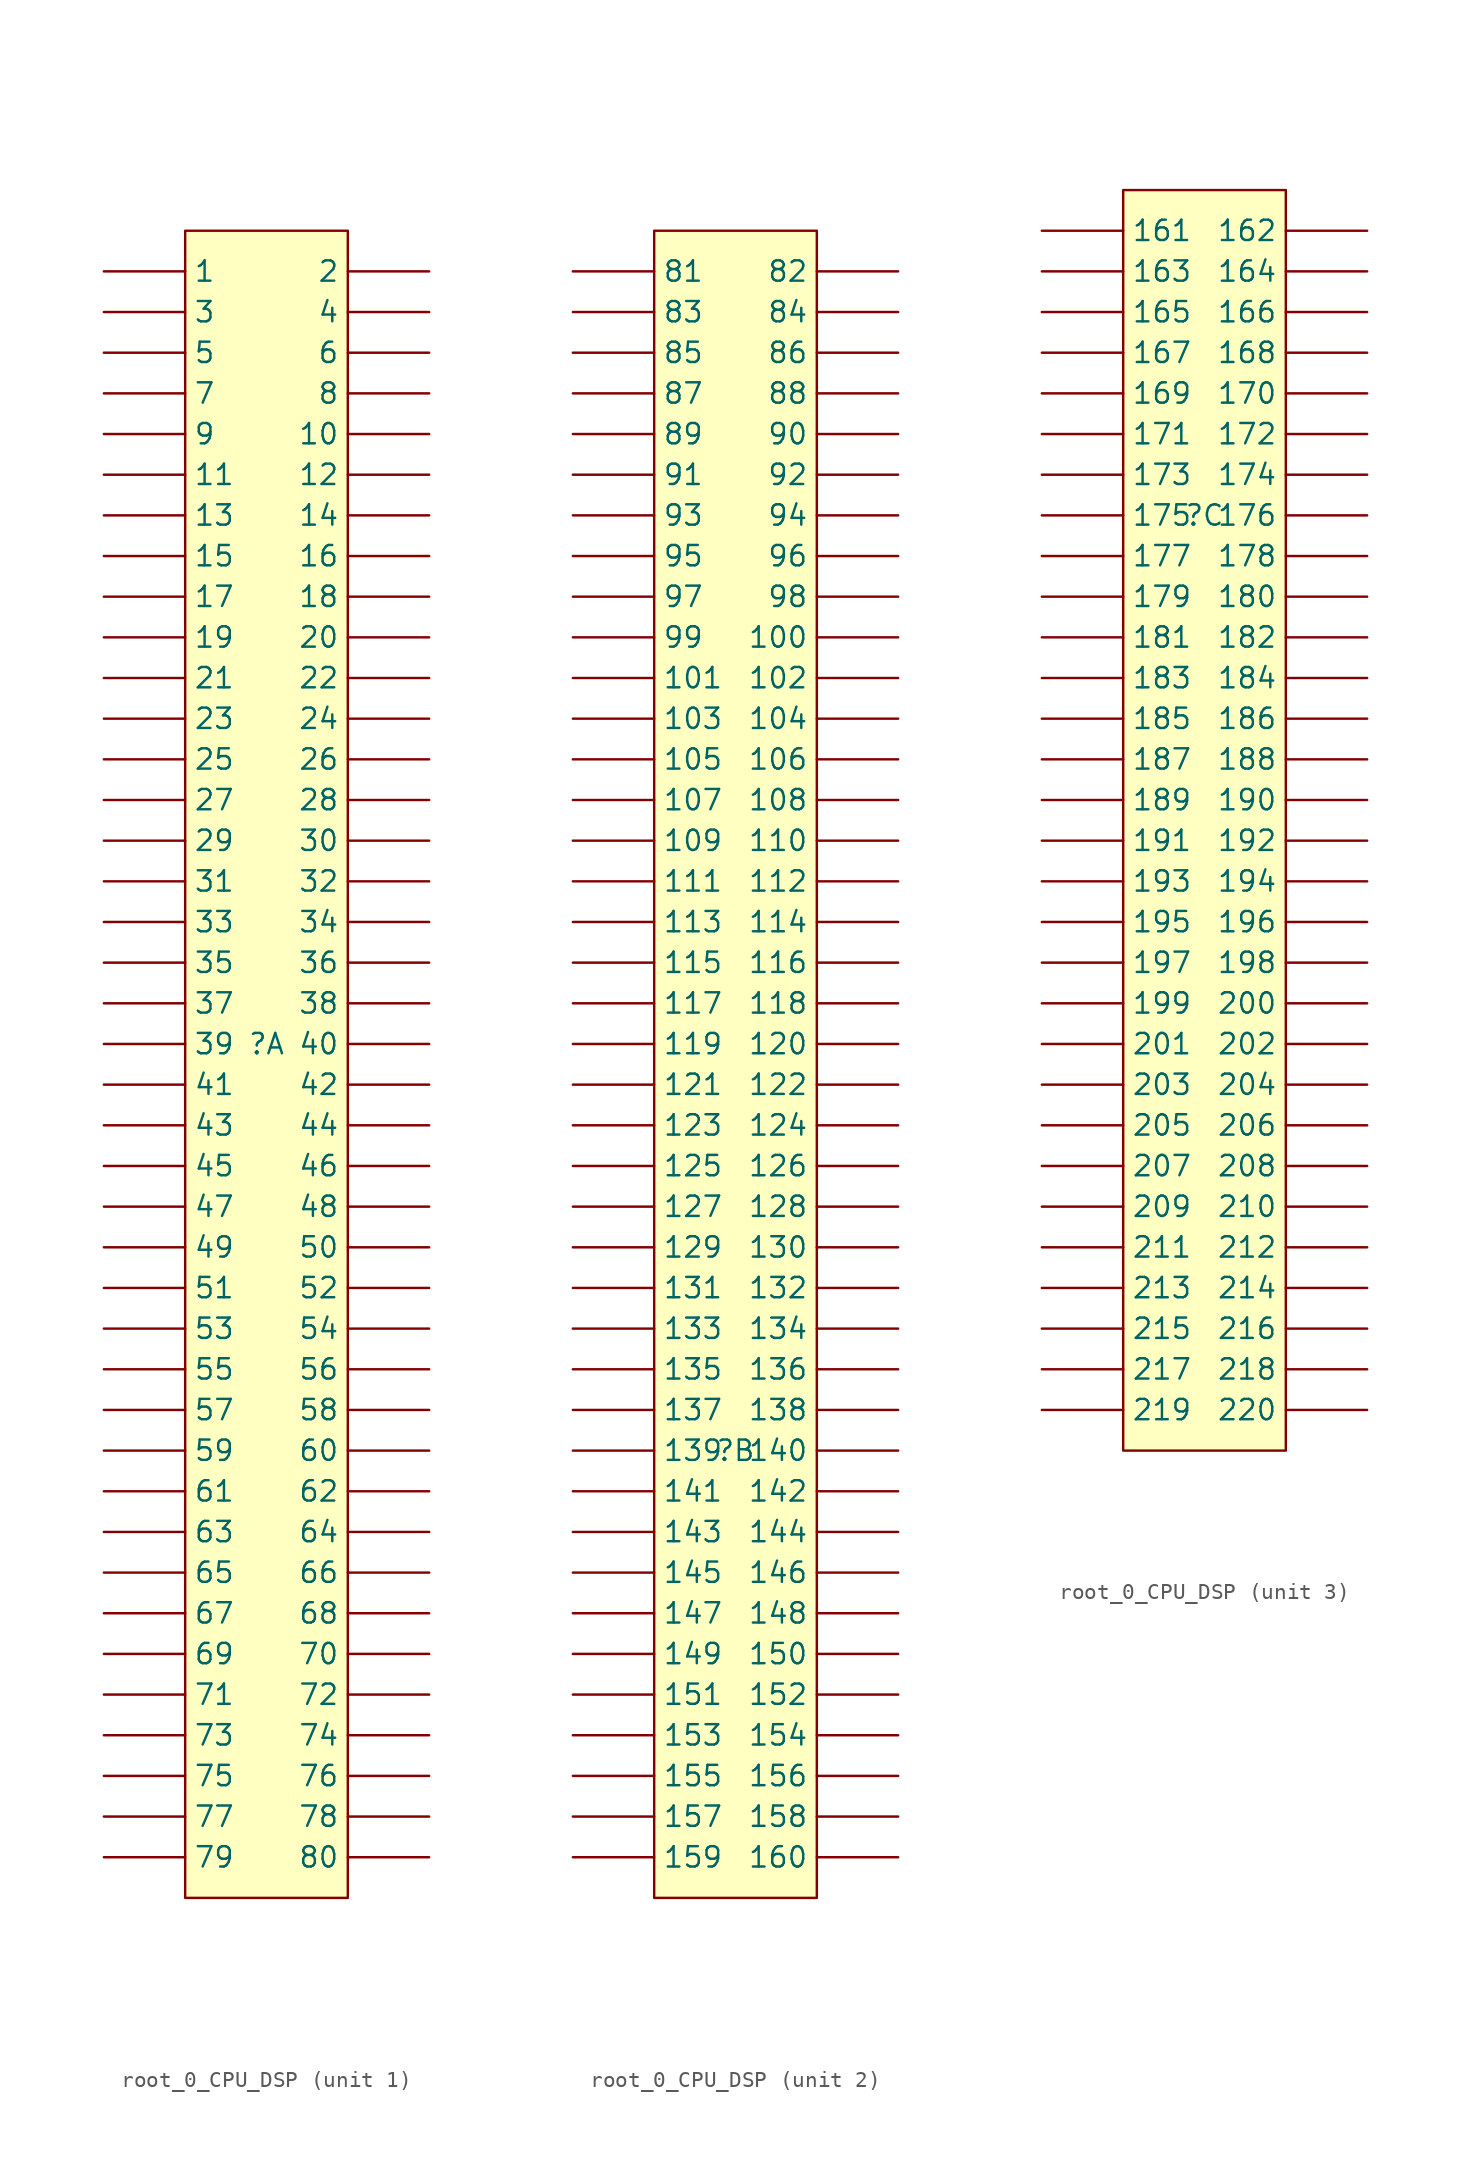
<source format=kicad_sym>
(kicad_symbol_lib
  (version 20220914)
  (generator kicad_symbol_editor)
  (symbol "root_0_CPU_DSP"
    (property "Reference" ""
      (at 0 0 0)
      (effects (font (size 1.27 1.27))))
    (property "Value" ""
      (at 0 0 0)
      (effects (font (size 1.27 1.27))))
    (symbol "root_0_CPU_DSP_1_0"
      (rectangle (start 5.08 50.8) (end -5.08 -53.34) (stroke (width 0) (type solid)) (fill (type background)))
      (pin passive line (at -10.16 48.26 0) (length 5.08) (name "1" (effects (font (size 1.27 1.27)))) (number "1" (effects (font (size 0 0)))))
      (pin passive line (at 10.16 38.1 180) (length 5.08) (name "10" (effects (font (size 1.27 1.27)))) (number "10" (effects (font (size 0 0)))))
      (pin passive line (at -10.16 35.56 0) (length 5.08) (name "11" (effects (font (size 1.27 1.27)))) (number "11" (effects (font (size 0 0)))))
      (pin passive line (at 10.16 35.56 180) (length 5.08) (name "12" (effects (font (size 1.27 1.27)))) (number "12" (effects (font (size 0 0)))))
      (pin passive line (at -10.16 33.02 0) (length 5.08) (name "13" (effects (font (size 1.27 1.27)))) (number "13" (effects (font (size 0 0)))))
      (pin passive line (at 10.16 33.02 180) (length 5.08) (name "14" (effects (font (size 1.27 1.27)))) (number "14" (effects (font (size 0 0)))))
      (pin passive line (at -10.16 30.48 0) (length 5.08) (name "15" (effects (font (size 1.27 1.27)))) (number "15" (effects (font (size 0 0)))))
      (pin passive line (at 10.16 30.48 180) (length 5.08) (name "16" (effects (font (size 1.27 1.27)))) (number "16" (effects (font (size 0 0)))))
      (pin passive line (at -10.16 27.94 0) (length 5.08) (name "17" (effects (font (size 1.27 1.27)))) (number "17" (effects (font (size 0 0)))))
      (pin passive line (at 10.16 27.94 180) (length 5.08) (name "18" (effects (font (size 1.27 1.27)))) (number "18" (effects (font (size 0 0)))))
      (pin passive line (at -10.16 25.4 0) (length 5.08) (name "19" (effects (font (size 1.27 1.27)))) (number "19" (effects (font (size 0 0)))))
      (pin passive line (at 10.16 48.26 180) (length 5.08) (name "2" (effects (font (size 1.27 1.27)))) (number "2" (effects (font (size 0 0)))))
      (pin passive line (at 10.16 25.4 180) (length 5.08) (name "20" (effects (font (size 1.27 1.27)))) (number "20" (effects (font (size 0 0)))))
      (pin passive line (at -10.16 22.86 0) (length 5.08) (name "21" (effects (font (size 1.27 1.27)))) (number "21" (effects (font (size 0 0)))))
      (pin passive line (at 10.16 22.86 180) (length 5.08) (name "22" (effects (font (size 1.27 1.27)))) (number "22" (effects (font (size 0 0)))))
      (pin passive line (at -10.16 20.32 0) (length 5.08) (name "23" (effects (font (size 1.27 1.27)))) (number "23" (effects (font (size 0 0)))))
      (pin passive line (at 10.16 20.32 180) (length 5.08) (name "24" (effects (font (size 1.27 1.27)))) (number "24" (effects (font (size 0 0)))))
      (pin passive line (at -10.16 17.78 0) (length 5.08) (name "25" (effects (font (size 1.27 1.27)))) (number "25" (effects (font (size 0 0)))))
      (pin passive line (at 10.16 17.78 180) (length 5.08) (name "26" (effects (font (size 1.27 1.27)))) (number "26" (effects (font (size 0 0)))))
      (pin passive line (at -10.16 15.24 0) (length 5.08) (name "27" (effects (font (size 1.27 1.27)))) (number "27" (effects (font (size 0 0)))))
      (pin passive line (at 10.16 15.24 180) (length 5.08) (name "28" (effects (font (size 1.27 1.27)))) (number "28" (effects (font (size 0 0)))))
      (pin passive line (at -10.16 12.7 0) (length 5.08) (name "29" (effects (font (size 1.27 1.27)))) (number "29" (effects (font (size 0 0)))))
      (pin passive line (at -10.16 45.72 0) (length 5.08) (name "3" (effects (font (size 1.27 1.27)))) (number "3" (effects (font (size 0 0)))))
      (pin passive line (at 10.16 12.7 180) (length 5.08) (name "30" (effects (font (size 1.27 1.27)))) (number "30" (effects (font (size 0 0)))))
      (pin passive line (at -10.16 10.16 0) (length 5.08) (name "31" (effects (font (size 1.27 1.27)))) (number "31" (effects (font (size 0 0)))))
      (pin passive line (at 10.16 10.16 180) (length 5.08) (name "32" (effects (font (size 1.27 1.27)))) (number "32" (effects (font (size 0 0)))))
      (pin passive line (at -10.16 7.62 0) (length 5.08) (name "33" (effects (font (size 1.27 1.27)))) (number "33" (effects (font (size 0 0)))))
      (pin passive line (at 10.16 7.62 180) (length 5.08) (name "34" (effects (font (size 1.27 1.27)))) (number "34" (effects (font (size 0 0)))))
      (pin passive line (at -10.16 5.08 0) (length 5.08) (name "35" (effects (font (size 1.27 1.27)))) (number "35" (effects (font (size 0 0)))))
      (pin passive line (at 10.16 5.08 180) (length 5.08) (name "36" (effects (font (size 1.27 1.27)))) (number "36" (effects (font (size 0 0)))))
      (pin passive line (at -10.16 2.54 0) (length 5.08) (name "37" (effects (font (size 1.27 1.27)))) (number "37" (effects (font (size 0 0)))))
      (pin passive line (at 10.16 2.54 180) (length 5.08) (name "38" (effects (font (size 1.27 1.27)))) (number "38" (effects (font (size 0 0)))))
      (pin passive line (at -10.16 0 0) (length 5.08) (name "39" (effects (font (size 1.27 1.27)))) (number "39" (effects (font (size 0 0)))))
      (pin passive line (at 10.16 45.72 180) (length 5.08) (name "4" (effects (font (size 1.27 1.27)))) (number "4" (effects (font (size 0 0)))))
      (pin passive line (at 10.16 0 180) (length 5.08) (name "40" (effects (font (size 1.27 1.27)))) (number "40" (effects (font (size 0 0)))))
      (pin passive line (at -10.16 -2.54 0) (length 5.08) (name "41" (effects (font (size 1.27 1.27)))) (number "41" (effects (font (size 0 0)))))
      (pin passive line (at 10.16 -2.54 180) (length 5.08) (name "42" (effects (font (size 1.27 1.27)))) (number "42" (effects (font (size 0 0)))))
      (pin passive line (at -10.16 -5.08 0) (length 5.08) (name "43" (effects (font (size 1.27 1.27)))) (number "43" (effects (font (size 0 0)))))
      (pin passive line (at 10.16 -5.08 180) (length 5.08) (name "44" (effects (font (size 1.27 1.27)))) (number "44" (effects (font (size 0 0)))))
      (pin passive line (at -10.16 -7.62 0) (length 5.08) (name "45" (effects (font (size 1.27 1.27)))) (number "45" (effects (font (size 0 0)))))
      (pin passive line (at 10.16 -7.62 180) (length 5.08) (name "46" (effects (font (size 1.27 1.27)))) (number "46" (effects (font (size 0 0)))))
      (pin passive line (at -10.16 -10.16 0) (length 5.08) (name "47" (effects (font (size 1.27 1.27)))) (number "47" (effects (font (size 0 0)))))
      (pin passive line (at 10.16 -10.16 180) (length 5.08) (name "48" (effects (font (size 1.27 1.27)))) (number "48" (effects (font (size 0 0)))))
      (pin passive line (at -10.16 -12.7 0) (length 5.08) (name "49" (effects (font (size 1.27 1.27)))) (number "49" (effects (font (size 0 0)))))
      (pin passive line (at -10.16 43.18 0) (length 5.08) (name "5" (effects (font (size 1.27 1.27)))) (number "5" (effects (font (size 0 0)))))
      (pin passive line (at 10.16 -12.7 180) (length 5.08) (name "50" (effects (font (size 1.27 1.27)))) (number "50" (effects (font (size 0 0)))))
      (pin passive line (at -10.16 -15.24 0) (length 5.08) (name "51" (effects (font (size 1.27 1.27)))) (number "51" (effects (font (size 0 0)))))
      (pin passive line (at 10.16 -15.24 180) (length 5.08) (name "52" (effects (font (size 1.27 1.27)))) (number "52" (effects (font (size 0 0)))))
      (pin passive line (at -10.16 -17.78 0) (length 5.08) (name "53" (effects (font (size 1.27 1.27)))) (number "53" (effects (font (size 0 0)))))
      (pin passive line (at 10.16 -17.78 180) (length 5.08) (name "54" (effects (font (size 1.27 1.27)))) (number "54" (effects (font (size 0 0)))))
      (pin passive line (at -10.16 -20.32 0) (length 5.08) (name "55" (effects (font (size 1.27 1.27)))) (number "55" (effects (font (size 0 0)))))
      (pin passive line (at 10.16 -20.32 180) (length 5.08) (name "56" (effects (font (size 1.27 1.27)))) (number "56" (effects (font (size 0 0)))))
      (pin passive line (at -10.16 -22.86 0) (length 5.08) (name "57" (effects (font (size 1.27 1.27)))) (number "57" (effects (font (size 0 0)))))
      (pin passive line (at 10.16 -22.86 180) (length 5.08) (name "58" (effects (font (size 1.27 1.27)))) (number "58" (effects (font (size 0 0)))))
      (pin passive line (at -10.16 -25.4 0) (length 5.08) (name "59" (effects (font (size 1.27 1.27)))) (number "59" (effects (font (size 0 0)))))
      (pin passive line (at 10.16 43.18 180) (length 5.08) (name "6" (effects (font (size 1.27 1.27)))) (number "6" (effects (font (size 0 0)))))
      (pin passive line (at 10.16 -25.4 180) (length 5.08) (name "60" (effects (font (size 1.27 1.27)))) (number "60" (effects (font (size 0 0)))))
      (pin passive line (at -10.16 -27.94 0) (length 5.08) (name "61" (effects (font (size 1.27 1.27)))) (number "61" (effects (font (size 0 0)))))
      (pin passive line (at 10.16 -27.94 180) (length 5.08) (name "62" (effects (font (size 1.27 1.27)))) (number "62" (effects (font (size 0 0)))))
      (pin passive line (at -10.16 -30.48 0) (length 5.08) (name "63" (effects (font (size 1.27 1.27)))) (number "63" (effects (font (size 0 0)))))
      (pin passive line (at 10.16 -30.48 180) (length 5.08) (name "64" (effects (font (size 1.27 1.27)))) (number "64" (effects (font (size 0 0)))))
      (pin passive line (at -10.16 -33.02 0) (length 5.08) (name "65" (effects (font (size 1.27 1.27)))) (number "65" (effects (font (size 0 0)))))
      (pin passive line (at 10.16 -33.02 180) (length 5.08) (name "66" (effects (font (size 1.27 1.27)))) (number "66" (effects (font (size 0 0)))))
      (pin passive line (at -10.16 -35.56 0) (length 5.08) (name "67" (effects (font (size 1.27 1.27)))) (number "67" (effects (font (size 0 0)))))
      (pin passive line (at 10.16 -35.56 180) (length 5.08) (name "68" (effects (font (size 1.27 1.27)))) (number "68" (effects (font (size 0 0)))))
      (pin passive line (at -10.16 -38.1 0) (length 5.08) (name "69" (effects (font (size 1.27 1.27)))) (number "69" (effects (font (size 0 0)))))
      (pin passive line (at -10.16 40.64 0) (length 5.08) (name "7" (effects (font (size 1.27 1.27)))) (number "7" (effects (font (size 0 0)))))
      (pin passive line (at 10.16 -38.1 180) (length 5.08) (name "70" (effects (font (size 1.27 1.27)))) (number "70" (effects (font (size 0 0)))))
      (pin passive line (at -10.16 -40.64 0) (length 5.08) (name "71" (effects (font (size 1.27 1.27)))) (number "71" (effects (font (size 0 0)))))
      (pin passive line (at 10.16 -40.64 180) (length 5.08) (name "72" (effects (font (size 1.27 1.27)))) (number "72" (effects (font (size 0 0)))))
      (pin passive line (at -10.16 -43.18 0) (length 5.08) (name "73" (effects (font (size 1.27 1.27)))) (number "73" (effects (font (size 0 0)))))
      (pin passive line (at 10.16 -43.18 180) (length 5.08) (name "74" (effects (font (size 1.27 1.27)))) (number "74" (effects (font (size 0 0)))))
      (pin passive line (at -10.16 -45.72 0) (length 5.08) (name "75" (effects (font (size 1.27 1.27)))) (number "75" (effects (font (size 0 0)))))
      (pin passive line (at 10.16 -45.72 180) (length 5.08) (name "76" (effects (font (size 1.27 1.27)))) (number "76" (effects (font (size 0 0)))))
      (pin passive line (at -10.16 -48.26 0) (length 5.08) (name "77" (effects (font (size 1.27 1.27)))) (number "77" (effects (font (size 0 0)))))
      (pin passive line (at 10.16 -48.26 180) (length 5.08) (name "78" (effects (font (size 1.27 1.27)))) (number "78" (effects (font (size 0 0)))))
      (pin passive line (at -10.16 -50.8 0) (length 5.08) (name "79" (effects (font (size 1.27 1.27)))) (number "79" (effects (font (size 0 0)))))
      (pin passive line (at 10.16 40.64 180) (length 5.08) (name "8" (effects (font (size 1.27 1.27)))) (number "8" (effects (font (size 0 0)))))
      (pin passive line (at 10.16 -50.8 180) (length 5.08) (name "80" (effects (font (size 1.27 1.27)))) (number "80" (effects (font (size 0 0)))))
      (pin passive line (at -10.16 38.1 0) (length 5.08) (name "9" (effects (font (size 1.27 1.27)))) (number "9" (effects (font (size 0 0))))))
    (symbol "root_0_CPU_DSP_2_0"
      (rectangle (start 5.08 76.2) (end -5.08 -27.94) (stroke (width 0) (type solid)) (fill (type background)))
      (pin passive line (at 10.16 50.8 180) (length 5.08) (name "100" (effects (font (size 1.27 1.27)))) (number "100" (effects (font (size 0 0)))))
      (pin passive line (at -10.16 48.26 0) (length 5.08) (name "101" (effects (font (size 1.27 1.27)))) (number "101" (effects (font (size 0 0)))))
      (pin passive line (at 10.16 48.26 180) (length 5.08) (name "102" (effects (font (size 1.27 1.27)))) (number "102" (effects (font (size 0 0)))))
      (pin passive line (at -10.16 45.72 0) (length 5.08) (name "103" (effects (font (size 1.27 1.27)))) (number "103" (effects (font (size 0 0)))))
      (pin passive line (at 10.16 45.72 180) (length 5.08) (name "104" (effects (font (size 1.27 1.27)))) (number "104" (effects (font (size 0 0)))))
      (pin passive line (at -10.16 43.18 0) (length 5.08) (name "105" (effects (font (size 1.27 1.27)))) (number "105" (effects (font (size 0 0)))))
      (pin passive line (at 10.16 43.18 180) (length 5.08) (name "106" (effects (font (size 1.27 1.27)))) (number "106" (effects (font (size 0 0)))))
      (pin passive line (at -10.16 40.64 0) (length 5.08) (name "107" (effects (font (size 1.27 1.27)))) (number "107" (effects (font (size 0 0)))))
      (pin passive line (at 10.16 40.64 180) (length 5.08) (name "108" (effects (font (size 1.27 1.27)))) (number "108" (effects (font (size 0 0)))))
      (pin passive line (at -10.16 38.1 0) (length 5.08) (name "109" (effects (font (size 1.27 1.27)))) (number "109" (effects (font (size 0 0)))))
      (pin passive line (at 10.16 38.1 180) (length 5.08) (name "110" (effects (font (size 1.27 1.27)))) (number "110" (effects (font (size 0 0)))))
      (pin passive line (at -10.16 35.56 0) (length 5.08) (name "111" (effects (font (size 1.27 1.27)))) (number "111" (effects (font (size 0 0)))))
      (pin passive line (at 10.16 35.56 180) (length 5.08) (name "112" (effects (font (size 1.27 1.27)))) (number "112" (effects (font (size 0 0)))))
      (pin passive line (at -10.16 33.02 0) (length 5.08) (name "113" (effects (font (size 1.27 1.27)))) (number "113" (effects (font (size 0 0)))))
      (pin passive line (at 10.16 33.02 180) (length 5.08) (name "114" (effects (font (size 1.27 1.27)))) (number "114" (effects (font (size 0 0)))))
      (pin passive line (at -10.16 30.48 0) (length 5.08) (name "115" (effects (font (size 1.27 1.27)))) (number "115" (effects (font (size 0 0)))))
      (pin passive line (at 10.16 30.48 180) (length 5.08) (name "116" (effects (font (size 1.27 1.27)))) (number "116" (effects (font (size 0 0)))))
      (pin passive line (at -10.16 27.94 0) (length 5.08) (name "117" (effects (font (size 1.27 1.27)))) (number "117" (effects (font (size 0 0)))))
      (pin passive line (at 10.16 27.94 180) (length 5.08) (name "118" (effects (font (size 1.27 1.27)))) (number "118" (effects (font (size 0 0)))))
      (pin passive line (at -10.16 25.4 0) (length 5.08) (name "119" (effects (font (size 1.27 1.27)))) (number "119" (effects (font (size 0 0)))))
      (pin passive line (at 10.16 25.4 180) (length 5.08) (name "120" (effects (font (size 1.27 1.27)))) (number "120" (effects (font (size 0 0)))))
      (pin passive line (at -10.16 22.86 0) (length 5.08) (name "121" (effects (font (size 1.27 1.27)))) (number "121" (effects (font (size 0 0)))))
      (pin passive line (at 10.16 22.86 180) (length 5.08) (name "122" (effects (font (size 1.27 1.27)))) (number "122" (effects (font (size 0 0)))))
      (pin passive line (at -10.16 20.32 0) (length 5.08) (name "123" (effects (font (size 1.27 1.27)))) (number "123" (effects (font (size 0 0)))))
      (pin passive line (at 10.16 20.32 180) (length 5.08) (name "124" (effects (font (size 1.27 1.27)))) (number "124" (effects (font (size 0 0)))))
      (pin passive line (at -10.16 17.78 0) (length 5.08) (name "125" (effects (font (size 1.27 1.27)))) (number "125" (effects (font (size 0 0)))))
      (pin passive line (at 10.16 17.78 180) (length 5.08) (name "126" (effects (font (size 1.27 1.27)))) (number "126" (effects (font (size 0 0)))))
      (pin passive line (at -10.16 15.24 0) (length 5.08) (name "127" (effects (font (size 1.27 1.27)))) (number "127" (effects (font (size 0 0)))))
      (pin passive line (at 10.16 15.24 180) (length 5.08) (name "128" (effects (font (size 1.27 1.27)))) (number "128" (effects (font (size 0 0)))))
      (pin passive line (at -10.16 12.7 0) (length 5.08) (name "129" (effects (font (size 1.27 1.27)))) (number "129" (effects (font (size 0 0)))))
      (pin passive line (at 10.16 12.7 180) (length 5.08) (name "130" (effects (font (size 1.27 1.27)))) (number "130" (effects (font (size 0 0)))))
      (pin passive line (at -10.16 10.16 0) (length 5.08) (name "131" (effects (font (size 1.27 1.27)))) (number "131" (effects (font (size 0 0)))))
      (pin passive line (at 10.16 10.16 180) (length 5.08) (name "132" (effects (font (size 1.27 1.27)))) (number "132" (effects (font (size 0 0)))))
      (pin passive line (at -10.16 7.62 0) (length 5.08) (name "133" (effects (font (size 1.27 1.27)))) (number "133" (effects (font (size 0 0)))))
      (pin passive line (at 10.16 7.62 180) (length 5.08) (name "134" (effects (font (size 1.27 1.27)))) (number "134" (effects (font (size 0 0)))))
      (pin passive line (at -10.16 5.08 0) (length 5.08) (name "135" (effects (font (size 1.27 1.27)))) (number "135" (effects (font (size 0 0)))))
      (pin passive line (at 10.16 5.08 180) (length 5.08) (name "136" (effects (font (size 1.27 1.27)))) (number "136" (effects (font (size 0 0)))))
      (pin passive line (at -10.16 2.54 0) (length 5.08) (name "137" (effects (font (size 1.27 1.27)))) (number "137" (effects (font (size 0 0)))))
      (pin passive line (at 10.16 2.54 180) (length 5.08) (name "138" (effects (font (size 1.27 1.27)))) (number "138" (effects (font (size 0 0)))))
      (pin passive line (at -10.16 0 0) (length 5.08) (name "139" (effects (font (size 1.27 1.27)))) (number "139" (effects (font (size 0 0)))))
      (pin passive line (at 10.16 0 180) (length 5.08) (name "140" (effects (font (size 1.27 1.27)))) (number "140" (effects (font (size 0 0)))))
      (pin passive line (at -10.16 -2.54 0) (length 5.08) (name "141" (effects (font (size 1.27 1.27)))) (number "141" (effects (font (size 0 0)))))
      (pin passive line (at 10.16 -2.54 180) (length 5.08) (name "142" (effects (font (size 1.27 1.27)))) (number "142" (effects (font (size 0 0)))))
      (pin passive line (at -10.16 -5.08 0) (length 5.08) (name "143" (effects (font (size 1.27 1.27)))) (number "143" (effects (font (size 0 0)))))
      (pin passive line (at 10.16 -5.08 180) (length 5.08) (name "144" (effects (font (size 1.27 1.27)))) (number "144" (effects (font (size 0 0)))))
      (pin passive line (at -10.16 -7.62 0) (length 5.08) (name "145" (effects (font (size 1.27 1.27)))) (number "145" (effects (font (size 0 0)))))
      (pin passive line (at 10.16 -7.62 180) (length 5.08) (name "146" (effects (font (size 1.27 1.27)))) (number "146" (effects (font (size 0 0)))))
      (pin passive line (at -10.16 -10.16 0) (length 5.08) (name "147" (effects (font (size 1.27 1.27)))) (number "147" (effects (font (size 0 0)))))
      (pin passive line (at 10.16 -10.16 180) (length 5.08) (name "148" (effects (font (size 1.27 1.27)))) (number "148" (effects (font (size 0 0)))))
      (pin passive line (at -10.16 -12.7 0) (length 5.08) (name "149" (effects (font (size 1.27 1.27)))) (number "149" (effects (font (size 0 0)))))
      (pin passive line (at 10.16 -12.7 180) (length 5.08) (name "150" (effects (font (size 1.27 1.27)))) (number "150" (effects (font (size 0 0)))))
      (pin passive line (at -10.16 -15.24 0) (length 5.08) (name "151" (effects (font (size 1.27 1.27)))) (number "151" (effects (font (size 0 0)))))
      (pin passive line (at 10.16 -15.24 180) (length 5.08) (name "152" (effects (font (size 1.27 1.27)))) (number "152" (effects (font (size 0 0)))))
      (pin passive line (at -10.16 -17.78 0) (length 5.08) (name "153" (effects (font (size 1.27 1.27)))) (number "153" (effects (font (size 0 0)))))
      (pin passive line (at 10.16 -17.78 180) (length 5.08) (name "154" (effects (font (size 1.27 1.27)))) (number "154" (effects (font (size 0 0)))))
      (pin passive line (at -10.16 -20.32 0) (length 5.08) (name "155" (effects (font (size 1.27 1.27)))) (number "155" (effects (font (size 0 0)))))
      (pin passive line (at 10.16 -20.32 180) (length 5.08) (name "156" (effects (font (size 1.27 1.27)))) (number "156" (effects (font (size 0 0)))))
      (pin passive line (at -10.16 -22.86 0) (length 5.08) (name "157" (effects (font (size 1.27 1.27)))) (number "157" (effects (font (size 0 0)))))
      (pin passive line (at 10.16 -22.86 180) (length 5.08) (name "158" (effects (font (size 1.27 1.27)))) (number "158" (effects (font (size 0 0)))))
      (pin passive line (at -10.16 -25.4 0) (length 5.08) (name "159" (effects (font (size 1.27 1.27)))) (number "159" (effects (font (size 0 0)))))
      (pin passive line (at 10.16 -25.4 180) (length 5.08) (name "160" (effects (font (size 1.27 1.27)))) (number "160" (effects (font (size 0 0)))))
      (pin passive line (at -10.16 73.66 0) (length 5.08) (name "81" (effects (font (size 1.27 1.27)))) (number "81" (effects (font (size 0 0)))))
      (pin passive line (at 10.16 73.66 180) (length 5.08) (name "82" (effects (font (size 1.27 1.27)))) (number "82" (effects (font (size 0 0)))))
      (pin passive line (at -10.16 71.12 0) (length 5.08) (name "83" (effects (font (size 1.27 1.27)))) (number "83" (effects (font (size 0 0)))))
      (pin passive line (at 10.16 71.12 180) (length 5.08) (name "84" (effects (font (size 1.27 1.27)))) (number "84" (effects (font (size 0 0)))))
      (pin passive line (at -10.16 68.58 0) (length 5.08) (name "85" (effects (font (size 1.27 1.27)))) (number "85" (effects (font (size 0 0)))))
      (pin passive line (at 10.16 68.58 180) (length 5.08) (name "86" (effects (font (size 1.27 1.27)))) (number "86" (effects (font (size 0 0)))))
      (pin passive line (at -10.16 66.04 0) (length 5.08) (name "87" (effects (font (size 1.27 1.27)))) (number "87" (effects (font (size 0 0)))))
      (pin passive line (at 10.16 66.04 180) (length 5.08) (name "88" (effects (font (size 1.27 1.27)))) (number "88" (effects (font (size 0 0)))))
      (pin passive line (at -10.16 63.5 0) (length 5.08) (name "89" (effects (font (size 1.27 1.27)))) (number "89" (effects (font (size 0 0)))))
      (pin passive line (at 10.16 63.5 180) (length 5.08) (name "90" (effects (font (size 1.27 1.27)))) (number "90" (effects (font (size 0 0)))))
      (pin passive line (at -10.16 60.96 0) (length 5.08) (name "91" (effects (font (size 1.27 1.27)))) (number "91" (effects (font (size 0 0)))))
      (pin passive line (at 10.16 60.96 180) (length 5.08) (name "92" (effects (font (size 1.27 1.27)))) (number "92" (effects (font (size 0 0)))))
      (pin passive line (at -10.16 58.42 0) (length 5.08) (name "93" (effects (font (size 1.27 1.27)))) (number "93" (effects (font (size 0 0)))))
      (pin passive line (at 10.16 58.42 180) (length 5.08) (name "94" (effects (font (size 1.27 1.27)))) (number "94" (effects (font (size 0 0)))))
      (pin passive line (at -10.16 55.88 0) (length 5.08) (name "95" (effects (font (size 1.27 1.27)))) (number "95" (effects (font (size 0 0)))))
      (pin passive line (at 10.16 55.88 180) (length 5.08) (name "96" (effects (font (size 1.27 1.27)))) (number "96" (effects (font (size 0 0)))))
      (pin passive line (at -10.16 53.34 0) (length 5.08) (name "97" (effects (font (size 1.27 1.27)))) (number "97" (effects (font (size 0 0)))))
      (pin passive line (at 10.16 53.34 180) (length 5.08) (name "98" (effects (font (size 1.27 1.27)))) (number "98" (effects (font (size 0 0)))))
      (pin passive line (at -10.16 50.8 0) (length 5.08) (name "99" (effects (font (size 1.27 1.27)))) (number "99" (effects (font (size 0 0))))))
    (symbol "root_0_CPU_DSP_3_0"
      (rectangle (start 5.08 20.32) (end -5.08 -58.42) (stroke (width 0) (type solid)) (fill (type background)))
      (pin passive line (at -10.16 17.78 0) (length 5.08) (name "161" (effects (font (size 1.27 1.27)))) (number "161" (effects (font (size 0 0)))))
      (pin passive line (at 10.16 17.78 180) (length 5.08) (name "162" (effects (font (size 1.27 1.27)))) (number "162" (effects (font (size 0 0)))))
      (pin passive line (at -10.16 15.24 0) (length 5.08) (name "163" (effects (font (size 1.27 1.27)))) (number "163" (effects (font (size 0 0)))))
      (pin passive line (at 10.16 15.24 180) (length 5.08) (name "164" (effects (font (size 1.27 1.27)))) (number "164" (effects (font (size 0 0)))))
      (pin passive line (at -10.16 12.7 0) (length 5.08) (name "165" (effects (font (size 1.27 1.27)))) (number "165" (effects (font (size 0 0)))))
      (pin passive line (at 10.16 12.7 180) (length 5.08) (name "166" (effects (font (size 1.27 1.27)))) (number "166" (effects (font (size 0 0)))))
      (pin passive line (at -10.16 10.16 0) (length 5.08) (name "167" (effects (font (size 1.27 1.27)))) (number "167" (effects (font (size 0 0)))))
      (pin passive line (at 10.16 10.16 180) (length 5.08) (name "168" (effects (font (size 1.27 1.27)))) (number "168" (effects (font (size 0 0)))))
      (pin passive line (at -10.16 7.62 0) (length 5.08) (name "169" (effects (font (size 1.27 1.27)))) (number "169" (effects (font (size 0 0)))))
      (pin passive line (at 10.16 7.62 180) (length 5.08) (name "170" (effects (font (size 1.27 1.27)))) (number "170" (effects (font (size 0 0)))))
      (pin passive line (at -10.16 5.08 0) (length 5.08) (name "171" (effects (font (size 1.27 1.27)))) (number "171" (effects (font (size 0 0)))))
      (pin passive line (at 10.16 5.08 180) (length 5.08) (name "172" (effects (font (size 1.27 1.27)))) (number "172" (effects (font (size 0 0)))))
      (pin passive line (at -10.16 2.54 0) (length 5.08) (name "173" (effects (font (size 1.27 1.27)))) (number "173" (effects (font (size 0 0)))))
      (pin passive line (at 10.16 2.54 180) (length 5.08) (name "174" (effects (font (size 1.27 1.27)))) (number "174" (effects (font (size 0 0)))))
      (pin passive line (at -10.16 0 0) (length 5.08) (name "175" (effects (font (size 1.27 1.27)))) (number "175" (effects (font (size 0 0)))))
      (pin passive line (at 10.16 0 180) (length 5.08) (name "176" (effects (font (size 1.27 1.27)))) (number "176" (effects (font (size 0 0)))))
      (pin passive line (at -10.16 -2.54 0) (length 5.08) (name "177" (effects (font (size 1.27 1.27)))) (number "177" (effects (font (size 0 0)))))
      (pin passive line (at 10.16 -2.54 180) (length 5.08) (name "178" (effects (font (size 1.27 1.27)))) (number "178" (effects (font (size 0 0)))))
      (pin passive line (at -10.16 -5.08 0) (length 5.08) (name "179" (effects (font (size 1.27 1.27)))) (number "179" (effects (font (size 0 0)))))
      (pin passive line (at 10.16 -5.08 180) (length 5.08) (name "180" (effects (font (size 1.27 1.27)))) (number "180" (effects (font (size 0 0)))))
      (pin passive line (at -10.16 -7.62 0) (length 5.08) (name "181" (effects (font (size 1.27 1.27)))) (number "181" (effects (font (size 0 0)))))
      (pin passive line (at 10.16 -7.62 180) (length 5.08) (name "182" (effects (font (size 1.27 1.27)))) (number "182" (effects (font (size 0 0)))))
      (pin passive line (at -10.16 -10.16 0) (length 5.08) (name "183" (effects (font (size 1.27 1.27)))) (number "183" (effects (font (size 0 0)))))
      (pin passive line (at 10.16 -10.16 180) (length 5.08) (name "184" (effects (font (size 1.27 1.27)))) (number "184" (effects (font (size 0 0)))))
      (pin passive line (at -10.16 -12.7 0) (length 5.08) (name "185" (effects (font (size 1.27 1.27)))) (number "185" (effects (font (size 0 0)))))
      (pin passive line (at 10.16 -12.7 180) (length 5.08) (name "186" (effects (font (size 1.27 1.27)))) (number "186" (effects (font (size 0 0)))))
      (pin passive line (at -10.16 -15.24 0) (length 5.08) (name "187" (effects (font (size 1.27 1.27)))) (number "187" (effects (font (size 0 0)))))
      (pin passive line (at 10.16 -15.24 180) (length 5.08) (name "188" (effects (font (size 1.27 1.27)))) (number "188" (effects (font (size 0 0)))))
      (pin passive line (at -10.16 -17.78 0) (length 5.08) (name "189" (effects (font (size 1.27 1.27)))) (number "189" (effects (font (size 0 0)))))
      (pin passive line (at 10.16 -17.78 180) (length 5.08) (name "190" (effects (font (size 1.27 1.27)))) (number "190" (effects (font (size 0 0)))))
      (pin passive line (at -10.16 -20.32 0) (length 5.08) (name "191" (effects (font (size 1.27 1.27)))) (number "191" (effects (font (size 0 0)))))
      (pin passive line (at 10.16 -20.32 180) (length 5.08) (name "192" (effects (font (size 1.27 1.27)))) (number "192" (effects (font (size 0 0)))))
      (pin passive line (at -10.16 -22.86 0) (length 5.08) (name "193" (effects (font (size 1.27 1.27)))) (number "193" (effects (font (size 0 0)))))
      (pin passive line (at 10.16 -22.86 180) (length 5.08) (name "194" (effects (font (size 1.27 1.27)))) (number "194" (effects (font (size 0 0)))))
      (pin passive line (at -10.16 -25.4 0) (length 5.08) (name "195" (effects (font (size 1.27 1.27)))) (number "195" (effects (font (size 0 0)))))
      (pin passive line (at 10.16 -25.4 180) (length 5.08) (name "196" (effects (font (size 1.27 1.27)))) (number "196" (effects (font (size 0 0)))))
      (pin passive line (at -10.16 -27.94 0) (length 5.08) (name "197" (effects (font (size 1.27 1.27)))) (number "197" (effects (font (size 0 0)))))
      (pin passive line (at 10.16 -27.94 180) (length 5.08) (name "198" (effects (font (size 1.27 1.27)))) (number "198" (effects (font (size 0 0)))))
      (pin passive line (at -10.16 -30.48 0) (length 5.08) (name "199" (effects (font (size 1.27 1.27)))) (number "199" (effects (font (size 0 0)))))
      (pin passive line (at 10.16 -30.48 180) (length 5.08) (name "200" (effects (font (size 1.27 1.27)))) (number "200" (effects (font (size 0 0)))))
      (pin passive line (at -10.16 -33.02 0) (length 5.08) (name "201" (effects (font (size 1.27 1.27)))) (number "201" (effects (font (size 0 0)))))
      (pin passive line (at 10.16 -33.02 180) (length 5.08) (name "202" (effects (font (size 1.27 1.27)))) (number "202" (effects (font (size 0 0)))))
      (pin passive line (at -10.16 -35.56 0) (length 5.08) (name "203" (effects (font (size 1.27 1.27)))) (number "203" (effects (font (size 0 0)))))
      (pin passive line (at 10.16 -35.56 180) (length 5.08) (name "204" (effects (font (size 1.27 1.27)))) (number "204" (effects (font (size 0 0)))))
      (pin passive line (at -10.16 -38.1 0) (length 5.08) (name "205" (effects (font (size 1.27 1.27)))) (number "205" (effects (font (size 0 0)))))
      (pin passive line (at 10.16 -38.1 180) (length 5.08) (name "206" (effects (font (size 1.27 1.27)))) (number "206" (effects (font (size 0 0)))))
      (pin passive line (at -10.16 -40.64 0) (length 5.08) (name "207" (effects (font (size 1.27 1.27)))) (number "207" (effects (font (size 0 0)))))
      (pin passive line (at 10.16 -40.64 180) (length 5.08) (name "208" (effects (font (size 1.27 1.27)))) (number "208" (effects (font (size 0 0)))))
      (pin passive line (at -10.16 -43.18 0) (length 5.08) (name "209" (effects (font (size 1.27 1.27)))) (number "209" (effects (font (size 0 0)))))
      (pin passive line (at 10.16 -43.18 180) (length 5.08) (name "210" (effects (font (size 1.27 1.27)))) (number "210" (effects (font (size 0 0)))))
      (pin passive line (at -10.16 -45.72 0) (length 5.08) (name "211" (effects (font (size 1.27 1.27)))) (number "211" (effects (font (size 0 0)))))
      (pin passive line (at 10.16 -45.72 180) (length 5.08) (name "212" (effects (font (size 1.27 1.27)))) (number "212" (effects (font (size 0 0)))))
      (pin passive line (at -10.16 -48.26 0) (length 5.08) (name "213" (effects (font (size 1.27 1.27)))) (number "213" (effects (font (size 0 0)))))
      (pin passive line (at 10.16 -48.26 180) (length 5.08) (name "214" (effects (font (size 1.27 1.27)))) (number "214" (effects (font (size 0 0)))))
      (pin passive line (at -10.16 -50.8 0) (length 5.08) (name "215" (effects (font (size 1.27 1.27)))) (number "215" (effects (font (size 0 0)))))
      (pin passive line (at 10.16 -50.8 180) (length 5.08) (name "216" (effects (font (size 1.27 1.27)))) (number "216" (effects (font (size 0 0)))))
      (pin passive line (at -10.16 -53.34 0) (length 5.08) (name "217" (effects (font (size 1.27 1.27)))) (number "217" (effects (font (size 0 0)))))
      (pin passive line (at 10.16 -53.34 180) (length 5.08) (name "218" (effects (font (size 1.27 1.27)))) (number "218" (effects (font (size 0 0)))))
      (pin passive line (at -10.16 -55.88 0) (length 5.08) (name "219" (effects (font (size 1.27 1.27)))) (number "219" (effects (font (size 0 0)))))
      (pin passive line (at 10.16 -55.88 180) (length 5.08) (name "220" (effects (font (size 1.27 1.27)))) (number "220" (effects (font (size 0 0))))))))
</source>
